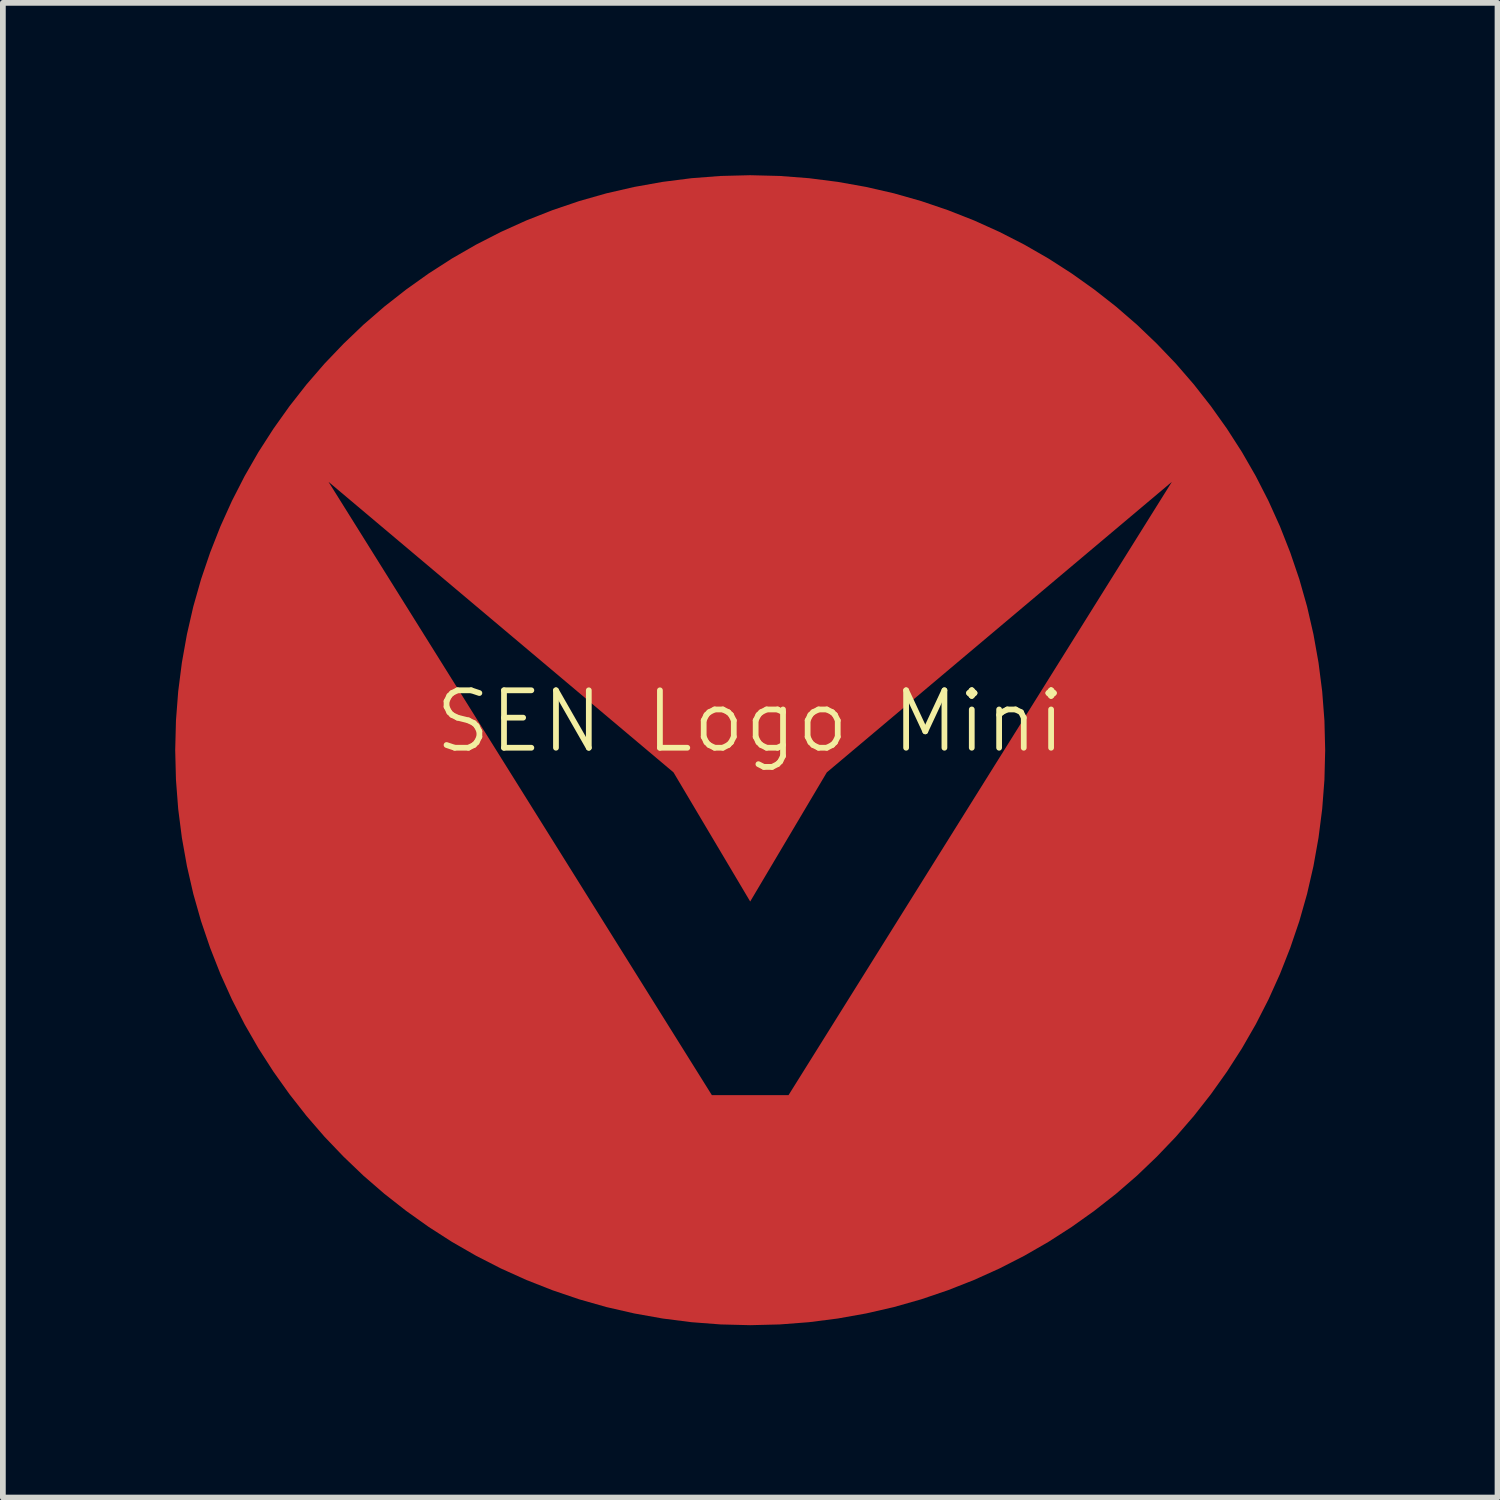
<source format=kicad_pcb>
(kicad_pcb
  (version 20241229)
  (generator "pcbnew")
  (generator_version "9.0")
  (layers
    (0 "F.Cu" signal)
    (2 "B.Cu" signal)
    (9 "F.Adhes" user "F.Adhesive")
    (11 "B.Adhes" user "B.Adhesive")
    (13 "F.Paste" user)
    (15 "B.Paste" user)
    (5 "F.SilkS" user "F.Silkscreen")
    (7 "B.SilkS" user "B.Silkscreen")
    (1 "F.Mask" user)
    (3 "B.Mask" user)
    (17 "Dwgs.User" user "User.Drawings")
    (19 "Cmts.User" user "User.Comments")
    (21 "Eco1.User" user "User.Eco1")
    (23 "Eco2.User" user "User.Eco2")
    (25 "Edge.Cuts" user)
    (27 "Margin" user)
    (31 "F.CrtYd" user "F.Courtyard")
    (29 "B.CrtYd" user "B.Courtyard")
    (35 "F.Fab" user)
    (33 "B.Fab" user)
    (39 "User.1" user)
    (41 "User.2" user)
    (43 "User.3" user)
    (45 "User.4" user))
  (footprint "SEN Logo Mini"
    (layer "F.Cu")
    (at 10.009 10.009)
    (property "Reference" "SEN Logo Mini" (at 0 -0.5 0) (unlocked yes) (layer "F.SilkS") (effects (font (size 1 1) (thickness 0.1))))
    (attr smd)
    (pad "2" smd custom (at 0 -3.825) (size 1.524 1.524) (layers "F.Cu" "F.Mask" "F.Paste") (options (anchor circle)) (primitives (gr_poly (pts (xy -1.143 -0.381) (xy -1.127 -0.49) (xy -1.072 -0.602) (xy -0.983 -0.691) (xy -0.871 -0.746) (xy -0.762 -0.762) (xy 0.762 -0.762) (xy 0.871 -0.746) (xy 0.983 -0.691) (xy 1.072 -0.602) (xy 1.127 -0.49) (xy 1.143 -0.381) (xy 1.143 0.381) (xy 1.127 0.49) (xy 1.072 0.602) (xy 0.983 0.691) (xy 0.871 0.746) (xy 0.762 0.762) (xy -0.762 0.762) (xy -0.871 0.746) (xy -0.983 0.691) (xy -1.072 0.602) (xy -1.127 0.49) (xy -1.143 0.381)) (width 0) (fill yes)) (gr_poly (pts (xy 0.515 -6.171) (xy 1.023 -6.132) (xy 1.524 -6.068) (xy 2.017 -5.98) (xy 2.501 -5.869) (xy 2.976 -5.734) (xy 3.441 -5.576) (xy 3.896 -5.397) (xy 4.339 -5.197) (xy 4.771 -4.976) (xy 5.19 -4.735) (xy 5.596 -4.474) (xy 5.988 -4.195) (xy 6.367 -3.898) (xy 6.73 -3.584) (xy 7.077 -3.252) (xy 7.409 -2.905) (xy 7.723 -2.542) (xy 8.02 -2.163) (xy 8.299 -1.771) (xy 8.56 -1.365) (xy 8.801 -0.946) (xy 9.022 -0.514) (xy 9.222 -0.071) (xy 9.401 0.384) (xy 9.559 0.849) (xy 9.694 1.324) (xy 9.805 1.808) (xy 9.893 2.301) (xy 9.957 2.802) (xy 9.996 3.31) (xy 10.009 3.825) (xy 9.996 4.34) (xy 9.957 4.848) (xy 9.893 5.349) (xy 9.805 5.842) (xy 9.694 6.326) (xy 9.559 6.801) (xy 9.401 7.266) (xy 9.222 7.721) (xy 9.022 8.164) (xy 8.801 8.596) (xy 8.56 9.015) (xy 8.299 9.421) (xy 8.02 9.813) (xy 7.723 10.192) (xy 7.409 10.555) (xy 7.077 10.902) (xy 6.73 11.234) (xy 6.367 11.548) (xy 5.988 11.845) (xy 5.596 12.124) (xy 5.19 12.385) (xy 4.771 12.626) (xy 4.339 12.847) (xy 3.896 13.047) (xy 3.441 13.226) (xy 2.976 13.384) (xy 2.501 13.519) (xy 2.017 13.63) (xy 1.524 13.718) (xy 1.023 13.782) (xy 0.515 13.821) (xy 0 13.834) (xy -0.515 13.821) (xy -1.023 13.782) (xy -1.524 13.718) (xy -2.017 13.63) (xy -2.501 13.519) (xy -2.976 13.384) (xy -3.441 13.226) (xy -3.896 13.047) (xy -4.339 12.847) (xy -4.771 12.626) (xy -5.19 12.385) (xy -5.596 12.124) (xy -5.988 11.845) (xy -6.367 11.548) (xy -6.73 11.234) (xy -7.077 10.902) (xy -7.409 10.555) (xy -7.723 10.192) (xy -8.02 9.813) (xy -8.299 9.421) (xy -8.56 9.015) (xy -8.801 8.596) (xy -9.022 8.164) (xy -9.222 7.721) (xy -9.401 7.266) (xy -9.559 6.801) (xy -9.694 6.326) (xy -9.805 5.842) (xy -9.893 5.349) (xy -9.957 4.848) (xy -9.996 4.34) (xy -10.009 3.825) (xy -9.996 3.31) (xy -9.957 2.802) (xy -9.893 2.301) (xy -9.805 1.808) (xy -9.694 1.324) (xy -9.559 0.849) (xy -9.401 0.384) (xy -9.222 -0.071) (xy -9.022 -0.514) (xy -8.852 -0.846) (xy -7.34 -0.846) (xy -0.667 9.83) (xy 0.667 9.83) (xy 7.34 -0.846) (xy 1.334 4.211) (xy 0 6.459) (xy -1.335 4.211) (xy -7.34 -0.846) (xy -8.852 -0.846) (xy -8.801 -0.946) (xy -8.56 -1.365) (xy -8.299 -1.771) (xy -8.02 -2.163) (xy -7.723 -2.542) (xy -7.409 -2.905) (xy -7.077 -3.252) (xy -6.73 -3.584) (xy -6.367 -3.898) (xy -5.988 -4.195) (xy -5.596 -4.474) (xy -5.19 -4.735) (xy -4.771 -4.976) (xy -4.339 -5.197) (xy -3.896 -5.397) (xy -3.441 -5.576) (xy -2.976 -5.734) (xy -2.501 -5.869) (xy -2.017 -5.98) (xy -1.524 -6.068) (xy -1.023 -6.132) (xy -0.515 -6.171) (xy 0 -6.184)) (width 0) (fill yes)))))
  (gr_rect
    (start -3 -3)
    (end 23.018 23.018)
    (stroke (width 0.1) (type default))
    (fill no)
    (layer "Edge.Cuts")))
</source>
